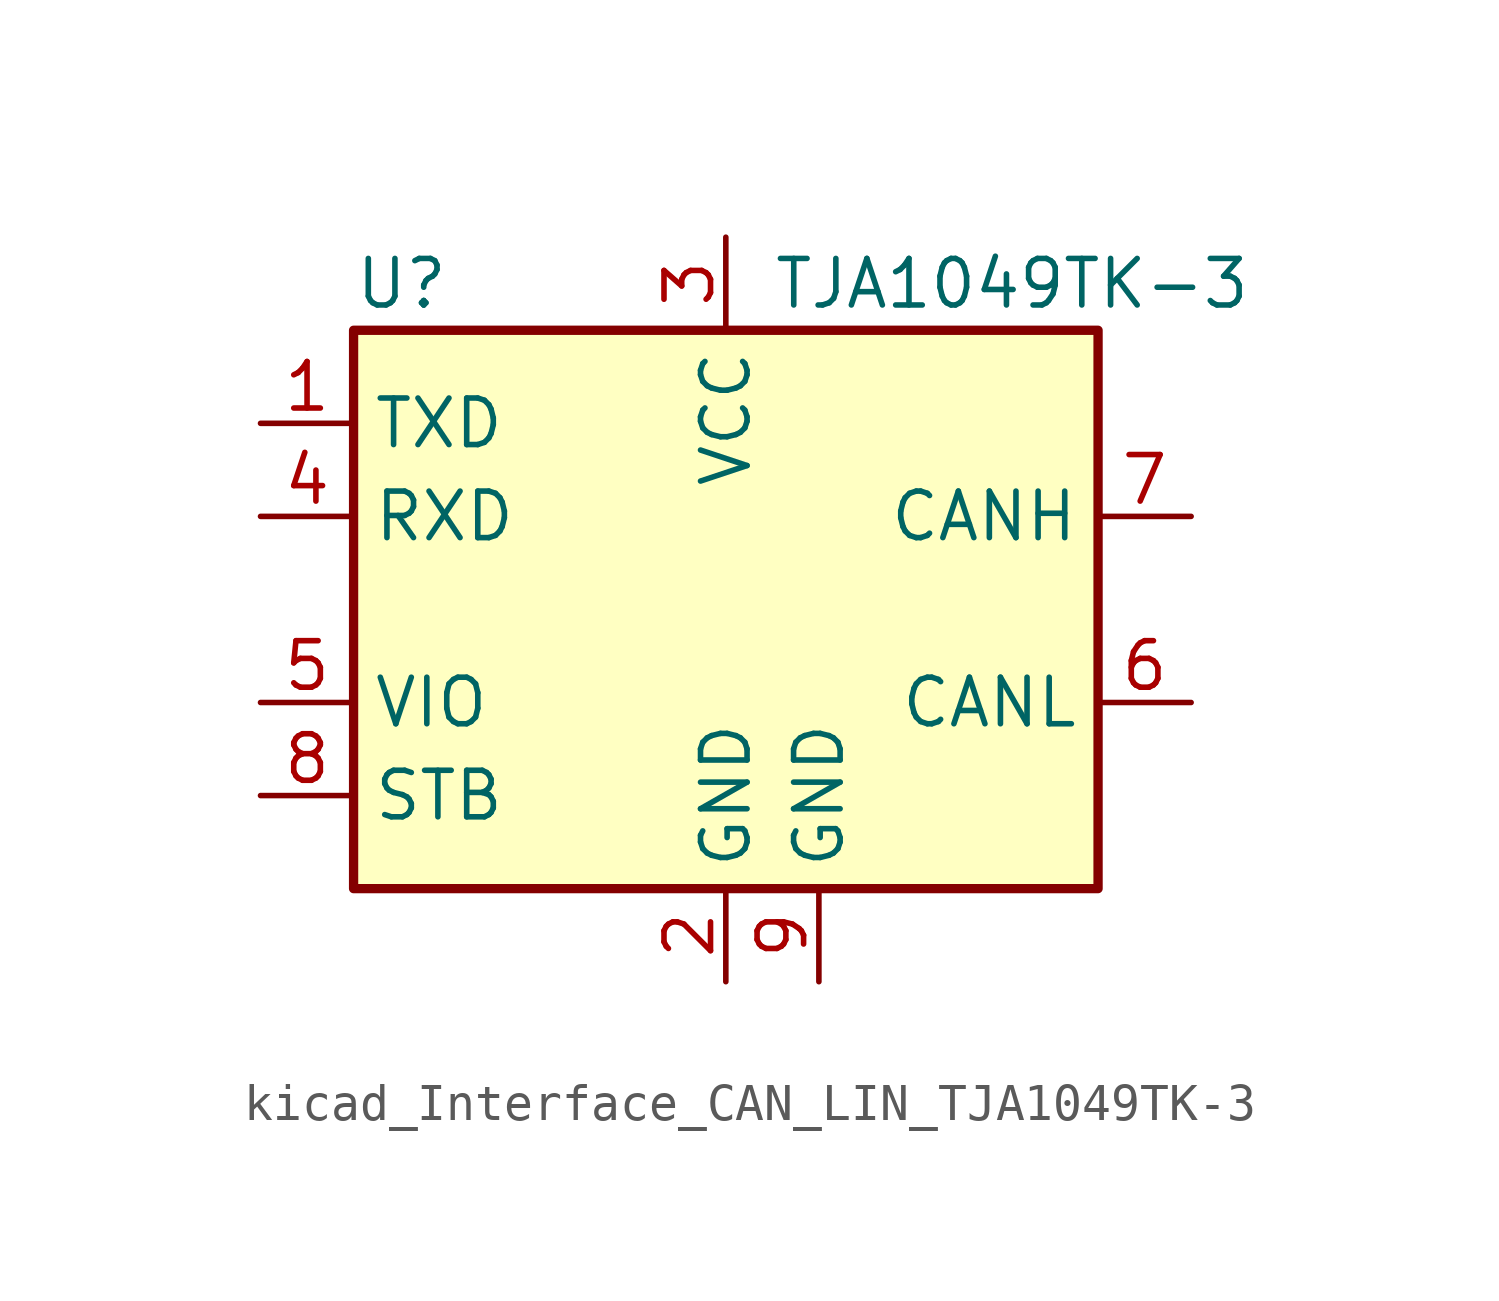
<source format=kicad_sym>
(kicad_symbol_lib
  (version 20220914)
  (generator kicad_symbol_editor)
  (symbol "kicad_Interface_CAN_LIN_TJA1049TK-3"
    (property "Reference" "U"
      (at -10.16 8.89 0)
      (effects (font (size 1.27 1.27)) (justify left)))
    (property "Value" "TJA1049TK-3"
      (at 1.27 8.89 0)
      (effects (font (size 1.27 1.27)) (justify left)))
    (symbol "kicad_Interface_CAN_LIN_TJA1049TK-3_0_1"
      (rectangle (start -10.16 7.62) (end 10.16 -7.62) (stroke (width 0.254) (type default)) (fill (type background))))
    (symbol "kicad_Interface_CAN_LIN_TJA1049TK-3_1_1"
      (pin input line (at -12.7 5.08 0) (length 2.54) (name "TXD" (effects (font (size 1.27 1.27)))) (number "1" (effects (font (size 1.27 1.27)))))
      (pin power_in line (at 0 -10.16 90) (length 2.54) (name "GND" (effects (font (size 1.27 1.27)))) (number "2" (effects (font (size 1.27 1.27)))))
      (pin power_in line (at 0 10.16 270) (length 2.54) (name "VCC" (effects (font (size 1.27 1.27)))) (number "3" (effects (font (size 1.27 1.27)))))
      (pin output line (at -12.7 2.54 0) (length 2.54) (name "RXD" (effects (font (size 1.27 1.27)))) (number "4" (effects (font (size 1.27 1.27)))))
      (pin power_in line (at -12.7 -2.54 0) (length 2.54) (name "VIO" (effects (font (size 1.27 1.27)))) (number "5" (effects (font (size 1.27 1.27)))))
      (pin bidirectional line (at 12.7 -2.54 180) (length 2.54) (name "CANL" (effects (font (size 1.27 1.27)))) (number "6" (effects (font (size 1.27 1.27)))))
      (pin bidirectional line (at 12.7 2.54 180) (length 2.54) (name "CANH" (effects (font (size 1.27 1.27)))) (number "7" (effects (font (size 1.27 1.27)))))
      (pin input line (at -12.7 -5.08 0) (length 2.54) (name "STB" (effects (font (size 1.27 1.27)))) (number "8" (effects (font (size 1.27 1.27)))))
      (pin power_in line (at 2.54 -10.16 90) (length 2.54) (name "GND" (effects (font (size 1.27 1.27)))) (number "9" (effects (font (size 1.27 1.27))))))))
</source>
